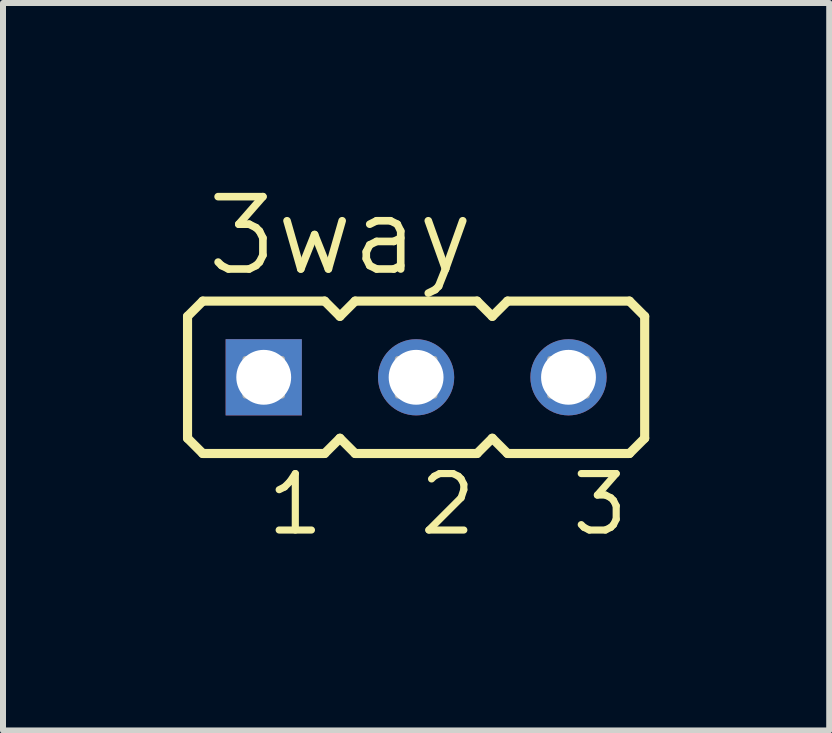
<source format=kicad_pcb>
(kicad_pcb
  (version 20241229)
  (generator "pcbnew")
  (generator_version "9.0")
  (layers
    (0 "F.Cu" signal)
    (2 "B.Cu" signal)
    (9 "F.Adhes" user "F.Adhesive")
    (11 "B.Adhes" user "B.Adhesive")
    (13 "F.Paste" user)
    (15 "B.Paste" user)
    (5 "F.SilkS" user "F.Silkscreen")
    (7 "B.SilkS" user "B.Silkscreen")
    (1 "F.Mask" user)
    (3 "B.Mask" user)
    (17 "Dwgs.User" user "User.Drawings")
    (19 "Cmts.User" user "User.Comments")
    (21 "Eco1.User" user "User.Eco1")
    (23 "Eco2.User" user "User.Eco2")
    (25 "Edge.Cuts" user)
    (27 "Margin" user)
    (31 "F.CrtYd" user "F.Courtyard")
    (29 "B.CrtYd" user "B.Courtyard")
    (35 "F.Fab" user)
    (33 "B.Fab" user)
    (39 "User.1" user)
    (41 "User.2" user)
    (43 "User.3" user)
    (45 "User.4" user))
  (footprint "3way"
    (layer "F.Cu")
    (at 3.886 3.239)
    (property "Reference" "3way" (at -3.556 -1.651 0) (layer "F.SilkS") (effects (font (size 1.206 1.206) (thickness 0.127)) (justify left bottom)))
    (attr through_hole)
    (fp_line (start -3.81 -1.016) (end -3.556 -1.27) (stroke (width 0.152) (type solid)) (layer "F.SilkS"))
    (fp_line (start -3.81 1.016) (end -3.81 -1.016) (stroke (width 0.152) (type solid)) (layer "F.SilkS"))
    (fp_line (start -3.81 1.016) (end -3.556 1.27) (stroke (width 0.152) (type solid)) (layer "F.SilkS"))
    (fp_line (start -1.524 -1.27) (end -3.556 -1.27) (stroke (width 0.152) (type solid)) (layer "F.SilkS"))
    (fp_line (start -1.524 -1.27) (end -1.27 -1.016) (stroke (width 0.152) (type solid)) (layer "F.SilkS"))
    (fp_line (start -1.524 1.27) (end -3.556 1.27) (stroke (width 0.152) (type solid)) (layer "F.SilkS"))
    (fp_line (start -1.524 1.27) (end -1.27 1.016) (stroke (width 0.152) (type solid)) (layer "F.SilkS"))
    (fp_line (start -1.27 -1.016) (end -1.016 -1.27) (stroke (width 0.152) (type solid)) (layer "F.SilkS"))
    (fp_line (start -1.27 1.016) (end -1.016 1.27) (stroke (width 0.152) (type solid)) (layer "F.SilkS"))
    (fp_line (start 1.016 -1.27) (end -1.016 -1.27) (stroke (width 0.152) (type solid)) (layer "F.SilkS"))
    (fp_line (start 1.016 -1.27) (end 1.27 -1.016) (stroke (width 0.152) (type solid)) (layer "F.SilkS"))
    (fp_line (start 1.016 1.27) (end -1.016 1.27) (stroke (width 0.152) (type solid)) (layer "F.SilkS"))
    (fp_line (start 1.016 1.27) (end 1.27 1.016) (stroke (width 0.152) (type solid)) (layer "F.SilkS"))
    (fp_line (start 1.27 -1.016) (end 1.524 -1.27) (stroke (width 0.152) (type solid)) (layer "F.SilkS"))
    (fp_line (start 1.27 1.016) (end 1.524 1.27) (stroke (width 0.152) (type solid)) (layer "F.SilkS"))
    (fp_line (start 3.556 -1.27) (end 1.524 -1.27) (stroke (width 0.152) (type solid)) (layer "F.SilkS"))
    (fp_line (start 3.556 -1.27) (end 3.81 -1.016) (stroke (width 0.152) (type solid)) (layer "F.SilkS"))
    (fp_line (start 3.556 1.27) (end 1.524 1.27) (stroke (width 0.152) (type solid)) (layer "F.SilkS"))
    (fp_line (start 3.556 1.27) (end 3.81 1.016) (stroke (width 0.152) (type solid)) (layer "F.SilkS"))
    (fp_line (start 3.81 -1.016) (end 3.81 1.016) (stroke (width 0.152) (type solid)) (layer "F.SilkS"))
    (fp_poly (pts (xy -2.845 0.305) (xy -2.235 0.305) (xy -2.235 -0.305) (xy -2.845 -0.305)) (stroke (width 0.1) (type solid)) (fill no) (layer "F.Fab"))
    (fp_poly (pts (xy -0.305 0.305) (xy 0.305 0.305) (xy 0.305 -0.305) (xy -0.305 -0.305)) (stroke (width 0.1) (type solid)) (fill no) (layer "F.Fab"))
    (fp_poly (pts (xy 2.235 0.305) (xy 2.845 0.305) (xy 2.845 -0.305) (xy 2.235 -0.305)) (stroke (width 0.1) (type solid)) (fill no) (layer "F.Fab"))
    (fp_text user "1" (at -2.54 2.667 0) (layer "F.SilkS") (effects (font (size 0.941 0.941) (thickness 0.119)) (justify left bottom)))
    (fp_text user "2" (at 0 2.667 0) (layer "F.SilkS") (effects (font (size 0.941 0.941) (thickness 0.119)) (justify left bottom)))
    (fp_text user "3" (at 2.54 2.667 0) (layer "F.SilkS") (effects (font (size 0.941 0.941) (thickness 0.119)) (justify left bottom)))
    (pad "1" thru_hole rect (at -2.54 0 90) (size 1.27 1.27) (drill 0.914) (layers "*.Cu" "*.Mask"))
    (pad "2" thru_hole circle (at 0 0 90) (size 1.27 1.27) (drill 0.914) (layers "*.Cu" "*.Mask"))
    (pad "3" thru_hole circle (at 2.54 0 90) (size 1.27 1.27) (drill 0.914) (layers "*.Cu" "*.Mask")))
  (gr_rect
    (start -3 -3)
    (end 10.772 9.126)
    (stroke (width 0.1) (type default))
    (fill no)
    (layer "Edge.Cuts")))
</source>
